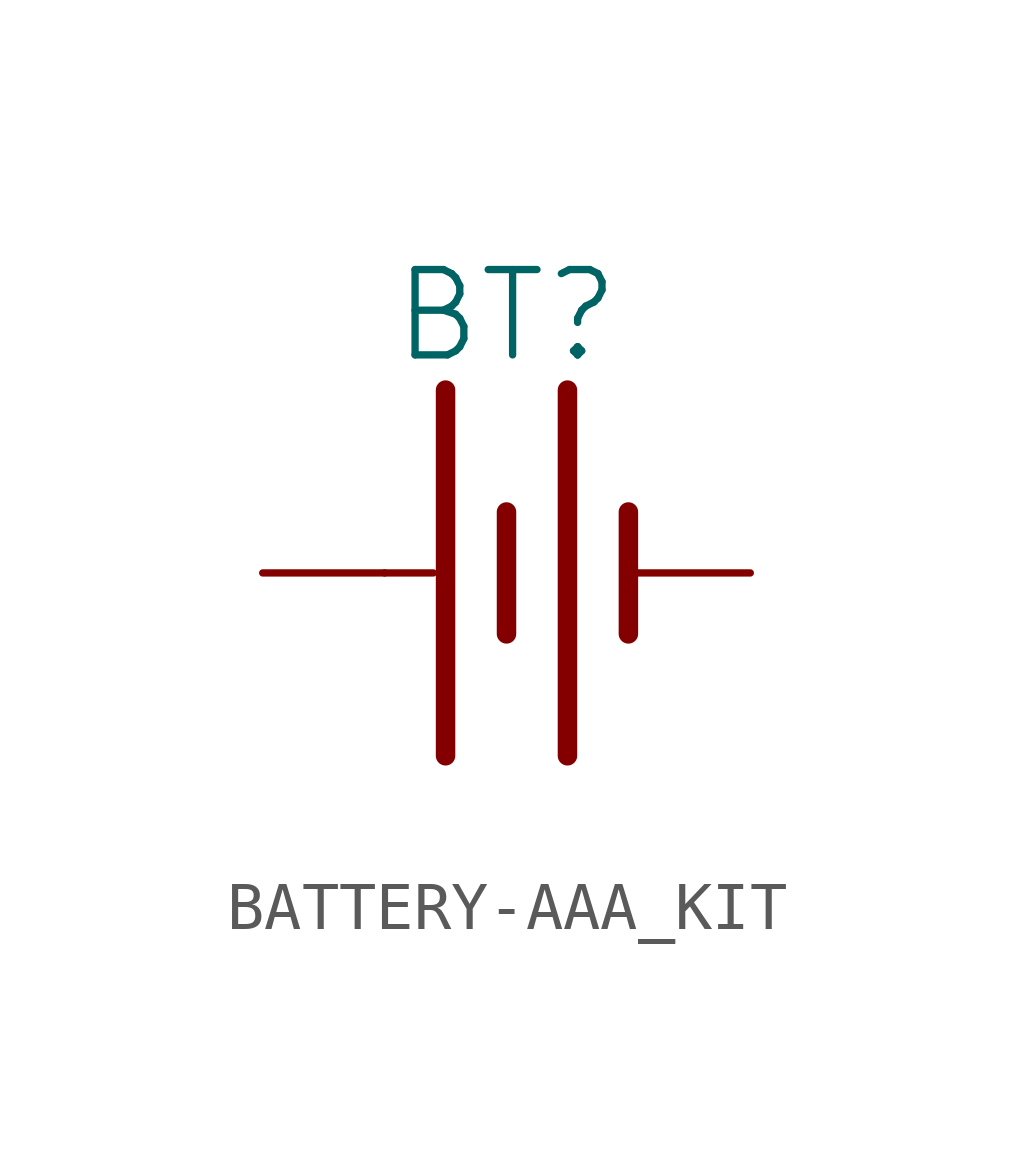
<source format=kicad_sym>
(kicad_symbol_lib
  (version 20231120)
  (generator "kicad_symbol_editor")
  (generator_version "8.0")
  (symbol "BATTERY-AAA_KIT"
    (property "Reference" "BT"
      (at 0 4.318 0)
      (effects (font (size 1.778 1.778)) (justify bottom)))
    (property "Value" ""
      (at 0 -4.318 0)
      (effects (font (size 1.778 1.778)) (justify top)))
    (property "ki_locked" ""
      (at 0 0 0)
      (effects (font (size 1.27 1.27))))
    (symbol "BATTERY-AAA_KIT_1_0"
      (polyline (pts (xy -2.54 0) (xy -1.524 0)) (stroke (width 0.152) (type solid)) (fill (type none)))
      (polyline (pts (xy -1.27 3.81) (xy -1.27 -3.81)) (stroke (width 0.406) (type solid)) (fill (type none)))
      (polyline (pts (xy 0 1.27) (xy 0 -1.27)) (stroke (width 0.406) (type solid)) (fill (type none)))
      (polyline (pts (xy 1.27 3.81) (xy 1.27 -3.81)) (stroke (width 0.406) (type solid)) (fill (type none)))
      (polyline (pts (xy 2.54 1.27) (xy 2.54 -1.27)) (stroke (width 0.406) (type solid)) (fill (type none)))
      (pin power_in line (at 5.08 0 180) (length 2.54) (name "-" (effects (font (size 0 0)))) (number "GND@1" (effects (font (size 0 0)))))
      (pin power_in line (at -5.08 0 0) (length 2.54) (name "+" (effects (font (size 0 0)))) (number "PWR@1" (effects (font (size 0 0))))))))
</source>
